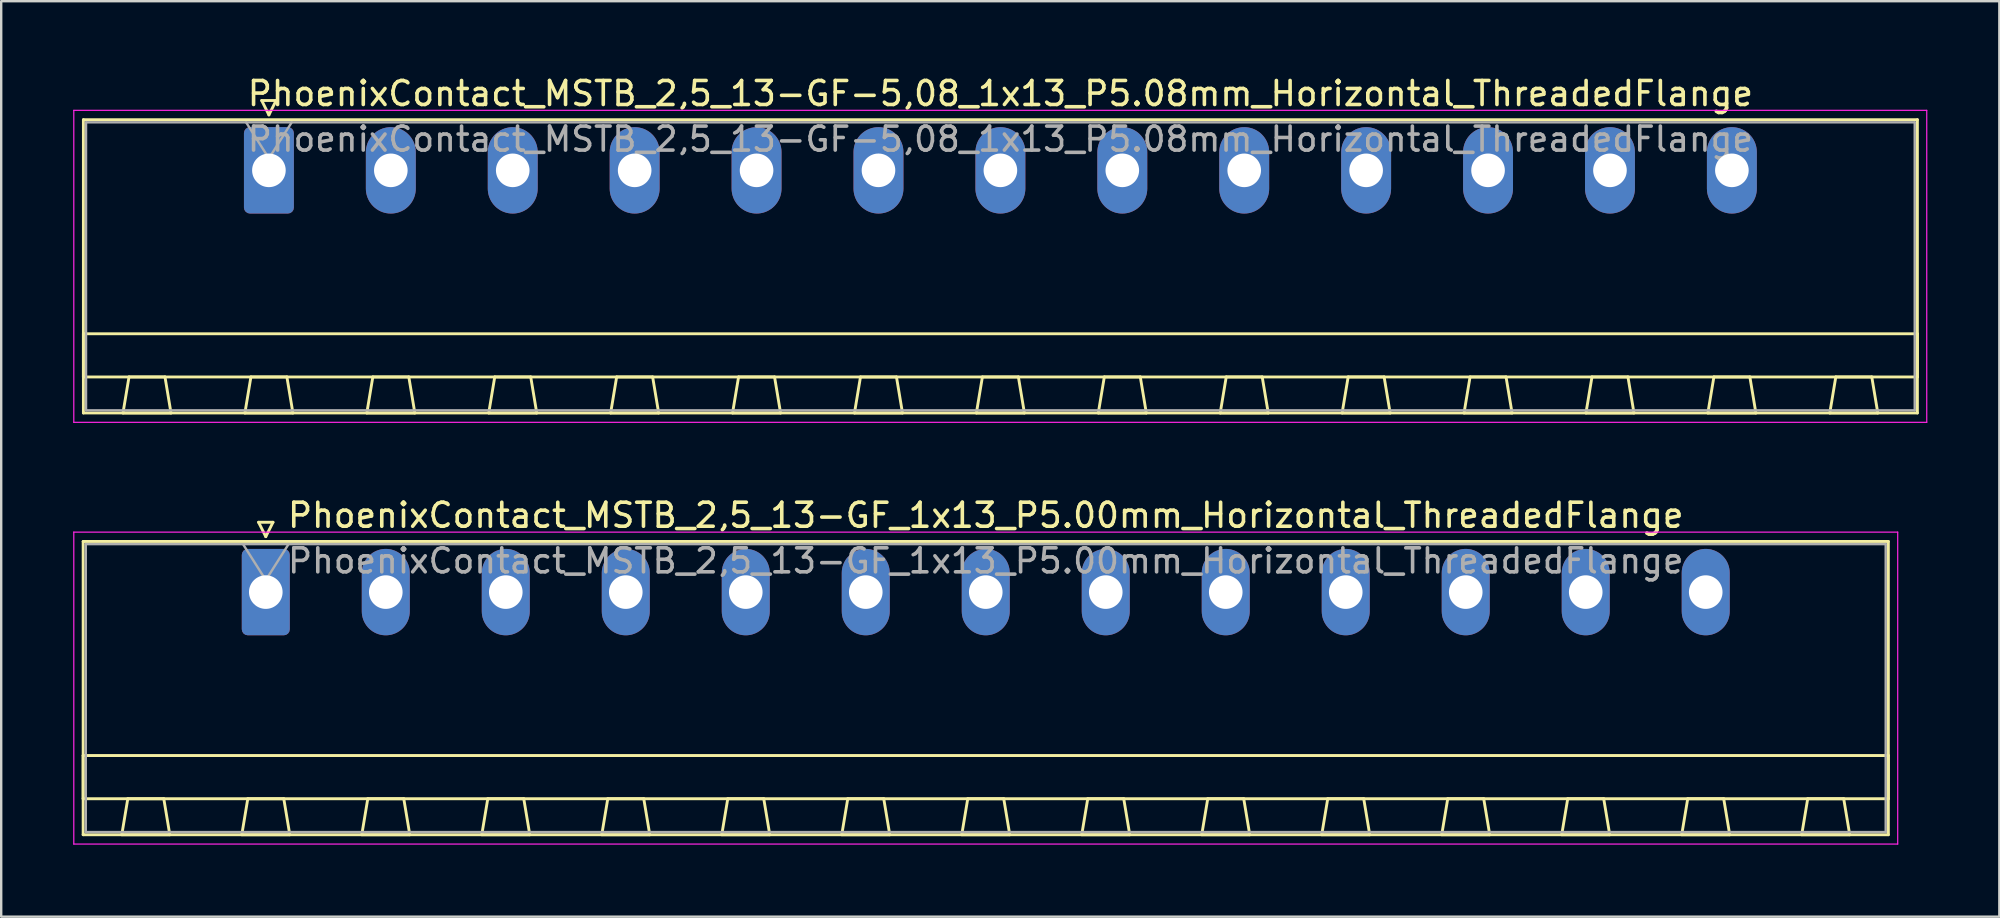
<source format=kicad_pcb>
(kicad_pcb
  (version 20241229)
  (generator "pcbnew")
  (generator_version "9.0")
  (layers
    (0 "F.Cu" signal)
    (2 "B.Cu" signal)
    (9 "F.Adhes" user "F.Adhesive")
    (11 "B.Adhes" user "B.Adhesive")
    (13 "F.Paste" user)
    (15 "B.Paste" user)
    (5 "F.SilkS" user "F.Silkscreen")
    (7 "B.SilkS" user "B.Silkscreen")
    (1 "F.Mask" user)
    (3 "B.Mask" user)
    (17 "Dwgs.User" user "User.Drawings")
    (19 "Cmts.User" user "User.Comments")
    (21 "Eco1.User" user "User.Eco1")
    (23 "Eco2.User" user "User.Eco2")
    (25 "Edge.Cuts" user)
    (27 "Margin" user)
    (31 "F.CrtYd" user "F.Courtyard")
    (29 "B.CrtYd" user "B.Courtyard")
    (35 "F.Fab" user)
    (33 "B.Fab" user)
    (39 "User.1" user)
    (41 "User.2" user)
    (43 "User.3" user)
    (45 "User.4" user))
  (footprint "PhoenixContact_MSTB_2,5_13-GF-5,08_1x13_P5.08mm_Horizontal_ThreadedFlange"
    (layer "F.Cu")
    (at 8.155 4.048)
    (property "Reference" "PhoenixContact_MSTB_2,5_13-GF-5,08_1x13_P5.08mm_Horizontal_ThreadedFlange" (at 30.48 -3.2 0) (layer "F.SilkS") (effects (font (size 1 1) (thickness 0.15))))
    (attr through_hole)
    (fp_line (start -7.73 -2.11) (end -7.73 10.11) (stroke (width 0.12) (type solid)) (layer "F.SilkS"))
    (fp_line (start -7.73 6.81) (end 68.69 6.81) (stroke (width 0.12) (type solid)) (layer "F.SilkS"))
    (fp_line (start -7.73 8.61) (end -7.73 6.81) (stroke (width 0.12) (type solid)) (layer "F.SilkS"))
    (fp_line (start -7.73 10.11) (end 68.69 10.11) (stroke (width 0.12) (type solid)) (layer "F.SilkS"))
    (fp_line (start -6.08 10.11) (end -4.08 10.11) (stroke (width 0.12) (type solid)) (layer "F.SilkS"))
    (fp_line (start -5.83 8.61) (end -6.08 10.11) (stroke (width 0.12) (type solid)) (layer "F.SilkS"))
    (fp_line (start -4.33 8.61) (end -5.83 8.61) (stroke (width 0.12) (type solid)) (layer "F.SilkS"))
    (fp_line (start -4.08 10.11) (end -4.33 8.61) (stroke (width 0.12) (type solid)) (layer "F.SilkS"))
    (fp_line (start -1 10.11) (end 1 10.11) (stroke (width 0.12) (type solid)) (layer "F.SilkS"))
    (fp_line (start -0.75 8.61) (end -1 10.11) (stroke (width 0.12) (type solid)) (layer "F.SilkS"))
    (fp_line (start -0.3 -2.91) (end 0.3 -2.91) (stroke (width 0.12) (type solid)) (layer "F.SilkS"))
    (fp_line (start 0 -2.31) (end -0.3 -2.91) (stroke (width 0.12) (type solid)) (layer "F.SilkS"))
    (fp_line (start 0.3 -2.91) (end 0 -2.31) (stroke (width 0.12) (type solid)) (layer "F.SilkS"))
    (fp_line (start 0.75 8.61) (end -0.75 8.61) (stroke (width 0.12) (type solid)) (layer "F.SilkS"))
    (fp_line (start 1 10.11) (end 0.75 8.61) (stroke (width 0.12) (type solid)) (layer "F.SilkS"))
    (fp_line (start 4.08 10.11) (end 6.08 10.11) (stroke (width 0.12) (type solid)) (layer "F.SilkS"))
    (fp_line (start 4.33 8.61) (end 4.08 10.11) (stroke (width 0.12) (type solid)) (layer "F.SilkS"))
    (fp_line (start 5.83 8.61) (end 4.33 8.61) (stroke (width 0.12) (type solid)) (layer "F.SilkS"))
    (fp_line (start 6.08 10.11) (end 5.83 8.61) (stroke (width 0.12) (type solid)) (layer "F.SilkS"))
    (fp_line (start 9.16 10.11) (end 11.16 10.11) (stroke (width 0.12) (type solid)) (layer "F.SilkS"))
    (fp_line (start 9.41 8.61) (end 9.16 10.11) (stroke (width 0.12) (type solid)) (layer "F.SilkS"))
    (fp_line (start 10.91 8.61) (end 9.41 8.61) (stroke (width 0.12) (type solid)) (layer "F.SilkS"))
    (fp_line (start 11.16 10.11) (end 10.91 8.61) (stroke (width 0.12) (type solid)) (layer "F.SilkS"))
    (fp_line (start 14.24 10.11) (end 16.24 10.11) (stroke (width 0.12) (type solid)) (layer "F.SilkS"))
    (fp_line (start 14.49 8.61) (end 14.24 10.11) (stroke (width 0.12) (type solid)) (layer "F.SilkS"))
    (fp_line (start 15.99 8.61) (end 14.49 8.61) (stroke (width 0.12) (type solid)) (layer "F.SilkS"))
    (fp_line (start 16.24 10.11) (end 15.99 8.61) (stroke (width 0.12) (type solid)) (layer "F.SilkS"))
    (fp_line (start 19.32 10.11) (end 21.32 10.11) (stroke (width 0.12) (type solid)) (layer "F.SilkS"))
    (fp_line (start 19.57 8.61) (end 19.32 10.11) (stroke (width 0.12) (type solid)) (layer "F.SilkS"))
    (fp_line (start 21.07 8.61) (end 19.57 8.61) (stroke (width 0.12) (type solid)) (layer "F.SilkS"))
    (fp_line (start 21.32 10.11) (end 21.07 8.61) (stroke (width 0.12) (type solid)) (layer "F.SilkS"))
    (fp_line (start 24.4 10.11) (end 26.4 10.11) (stroke (width 0.12) (type solid)) (layer "F.SilkS"))
    (fp_line (start 24.65 8.61) (end 24.4 10.11) (stroke (width 0.12) (type solid)) (layer "F.SilkS"))
    (fp_line (start 26.15 8.61) (end 24.65 8.61) (stroke (width 0.12) (type solid)) (layer "F.SilkS"))
    (fp_line (start 26.4 10.11) (end 26.15 8.61) (stroke (width 0.12) (type solid)) (layer "F.SilkS"))
    (fp_line (start 29.48 10.11) (end 31.48 10.11) (stroke (width 0.12) (type solid)) (layer "F.SilkS"))
    (fp_line (start 29.73 8.61) (end 29.48 10.11) (stroke (width 0.12) (type solid)) (layer "F.SilkS"))
    (fp_line (start 31.23 8.61) (end 29.73 8.61) (stroke (width 0.12) (type solid)) (layer "F.SilkS"))
    (fp_line (start 31.48 10.11) (end 31.23 8.61) (stroke (width 0.12) (type solid)) (layer "F.SilkS"))
    (fp_line (start 34.56 10.11) (end 36.56 10.11) (stroke (width 0.12) (type solid)) (layer "F.SilkS"))
    (fp_line (start 34.81 8.61) (end 34.56 10.11) (stroke (width 0.12) (type solid)) (layer "F.SilkS"))
    (fp_line (start 36.31 8.61) (end 34.81 8.61) (stroke (width 0.12) (type solid)) (layer "F.SilkS"))
    (fp_line (start 36.56 10.11) (end 36.31 8.61) (stroke (width 0.12) (type solid)) (layer "F.SilkS"))
    (fp_line (start 39.64 10.11) (end 41.64 10.11) (stroke (width 0.12) (type solid)) (layer "F.SilkS"))
    (fp_line (start 39.89 8.61) (end 39.64 10.11) (stroke (width 0.12) (type solid)) (layer "F.SilkS"))
    (fp_line (start 41.39 8.61) (end 39.89 8.61) (stroke (width 0.12) (type solid)) (layer "F.SilkS"))
    (fp_line (start 41.64 10.11) (end 41.39 8.61) (stroke (width 0.12) (type solid)) (layer "F.SilkS"))
    (fp_line (start 44.72 10.11) (end 46.72 10.11) (stroke (width 0.12) (type solid)) (layer "F.SilkS"))
    (fp_line (start 44.97 8.61) (end 44.72 10.11) (stroke (width 0.12) (type solid)) (layer "F.SilkS"))
    (fp_line (start 46.47 8.61) (end 44.97 8.61) (stroke (width 0.12) (type solid)) (layer "F.SilkS"))
    (fp_line (start 46.72 10.11) (end 46.47 8.61) (stroke (width 0.12) (type solid)) (layer "F.SilkS"))
    (fp_line (start 49.8 10.11) (end 51.8 10.11) (stroke (width 0.12) (type solid)) (layer "F.SilkS"))
    (fp_line (start 50.05 8.61) (end 49.8 10.11) (stroke (width 0.12) (type solid)) (layer "F.SilkS"))
    (fp_line (start 51.55 8.61) (end 50.05 8.61) (stroke (width 0.12) (type solid)) (layer "F.SilkS"))
    (fp_line (start 51.8 10.11) (end 51.55 8.61) (stroke (width 0.12) (type solid)) (layer "F.SilkS"))
    (fp_line (start 54.88 10.11) (end 56.88 10.11) (stroke (width 0.12) (type solid)) (layer "F.SilkS"))
    (fp_line (start 55.13 8.61) (end 54.88 10.11) (stroke (width 0.12) (type solid)) (layer "F.SilkS"))
    (fp_line (start 56.63 8.61) (end 55.13 8.61) (stroke (width 0.12) (type solid)) (layer "F.SilkS"))
    (fp_line (start 56.88 10.11) (end 56.63 8.61) (stroke (width 0.12) (type solid)) (layer "F.SilkS"))
    (fp_line (start 59.96 10.11) (end 61.96 10.11) (stroke (width 0.12) (type solid)) (layer "F.SilkS"))
    (fp_line (start 60.21 8.61) (end 59.96 10.11) (stroke (width 0.12) (type solid)) (layer "F.SilkS"))
    (fp_line (start 61.71 8.61) (end 60.21 8.61) (stroke (width 0.12) (type solid)) (layer "F.SilkS"))
    (fp_line (start 61.96 10.11) (end 61.71 8.61) (stroke (width 0.12) (type solid)) (layer "F.SilkS"))
    (fp_line (start 65.04 10.11) (end 67.04 10.11) (stroke (width 0.12) (type solid)) (layer "F.SilkS"))
    (fp_line (start 65.29 8.61) (end 65.04 10.11) (stroke (width 0.12) (type solid)) (layer "F.SilkS"))
    (fp_line (start 66.79 8.61) (end 65.29 8.61) (stroke (width 0.12) (type solid)) (layer "F.SilkS"))
    (fp_line (start 67.04 10.11) (end 66.79 8.61) (stroke (width 0.12) (type solid)) (layer "F.SilkS"))
    (fp_line (start 68.69 -2.11) (end -7.73 -2.11) (stroke (width 0.12) (type solid)) (layer "F.SilkS"))
    (fp_line (start 68.69 6.81) (end 68.69 8.61) (stroke (width 0.12) (type solid)) (layer "F.SilkS"))
    (fp_line (start 68.69 8.61) (end -7.73 8.61) (stroke (width 0.12) (type solid)) (layer "F.SilkS"))
    (fp_line (start 68.69 10.11) (end 68.69 -2.11) (stroke (width 0.12) (type solid)) (layer "F.SilkS"))
    (fp_line (start -8.13 -2.5) (end -8.13 10.5) (stroke (width 0.05) (type solid)) (layer "F.CrtYd"))
    (fp_line (start -8.13 10.5) (end 69.08 10.5) (stroke (width 0.05) (type solid)) (layer "F.CrtYd"))
    (fp_line (start 69.08 -2.5) (end -8.13 -2.5) (stroke (width 0.05) (type solid)) (layer "F.CrtYd"))
    (fp_line (start 69.08 10.5) (end 69.08 -2.5) (stroke (width 0.05) (type solid)) (layer "F.CrtYd"))
    (fp_line (start -7.62 -2) (end -7.62 10) (stroke (width 0.1) (type solid)) (layer "F.Fab"))
    (fp_line (start -7.62 10) (end 68.58 10) (stroke (width 0.1) (type solid)) (layer "F.Fab"))
    (fp_line (start 0 -0.5) (end -0.95 -2) (stroke (width 0.1) (type solid)) (layer "F.Fab"))
    (fp_line (start 0.95 -2) (end 0 -0.5) (stroke (width 0.1) (type solid)) (layer "F.Fab"))
    (fp_line (start 68.58 -2) (end -7.62 -2) (stroke (width 0.1) (type solid)) (layer "F.Fab"))
    (fp_line (start 68.58 10) (end 68.58 -2) (stroke (width 0.1) (type solid)) (layer "F.Fab"))
    (fp_text user "${REFERENCE}" (at 30.48 -1.3 0) (layer "F.Fab") (effects (font (size 1 1) (thickness 0.15))))
    (pad "1" thru_hole roundrect (at 0 0) (size 2.08 3.6) (drill 1.4) (layers "*.Cu" "*.Mask") (roundrect_rratio 0.12))
    (pad "2" thru_hole oval (at 5.08 0) (size 2.08 3.6) (drill 1.4) (layers "*.Cu" "*.Mask"))
    (pad "3" thru_hole oval (at 10.16 0) (size 2.08 3.6) (drill 1.4) (layers "*.Cu" "*.Mask"))
    (pad "4" thru_hole oval (at 15.24 0) (size 2.08 3.6) (drill 1.4) (layers "*.Cu" "*.Mask"))
    (pad "5" thru_hole oval (at 20.32 0) (size 2.08 3.6) (drill 1.4) (layers "*.Cu" "*.Mask"))
    (pad "6" thru_hole oval (at 25.4 0) (size 2.08 3.6) (drill 1.4) (layers "*.Cu" "*.Mask"))
    (pad "7" thru_hole oval (at 30.48 0) (size 2.08 3.6) (drill 1.4) (layers "*.Cu" "*.Mask"))
    (pad "8" thru_hole oval (at 35.56 0) (size 2.08 3.6) (drill 1.4) (layers "*.Cu" "*.Mask"))
    (pad "9" thru_hole oval (at 40.64 0) (size 2.08 3.6) (drill 1.4) (layers "*.Cu" "*.Mask"))
    (pad "10" thru_hole oval (at 45.72 0) (size 2.08 3.6) (drill 1.4) (layers "*.Cu" "*.Mask"))
    (pad "11" thru_hole oval (at 50.8 0) (size 2.08 3.6) (drill 1.4) (layers "*.Cu" "*.Mask"))
    (pad "12" thru_hole oval (at 55.88 0) (size 2.08 3.6) (drill 1.4) (layers "*.Cu" "*.Mask"))
    (pad "13" thru_hole oval (at 60.96 0) (size 2.08 3.6) (drill 1.4) (layers "*.Cu" "*.Mask")))
  (footprint "PhoenixContact_MSTB_2,5_13-GF_1x13_P5.00mm_Horizontal_ThreadedFlange"
    (layer "F.Cu")
    (at 8.025 21.622)
    (property "Reference" "PhoenixContact_MSTB_2,5_13-GF_1x13_P5.00mm_Horizontal_ThreadedFlange" (at 30 -3.2 0) (layer "F.SilkS") (effects (font (size 1 1) (thickness 0.15))))
    (attr through_hole)
    (fp_line (start -7.61 -2.11) (end -7.61 10.11) (stroke (width 0.12) (type solid)) (layer "F.SilkS"))
    (fp_line (start -7.61 6.81) (end 67.61 6.81) (stroke (width 0.12) (type solid)) (layer "F.SilkS"))
    (fp_line (start -7.61 8.61) (end -7.61 6.81) (stroke (width 0.12) (type solid)) (layer "F.SilkS"))
    (fp_line (start -7.61 10.11) (end 67.61 10.11) (stroke (width 0.12) (type solid)) (layer "F.SilkS"))
    (fp_line (start -6 10.11) (end -4 10.11) (stroke (width 0.12) (type solid)) (layer "F.SilkS"))
    (fp_line (start -5.75 8.61) (end -6 10.11) (stroke (width 0.12) (type solid)) (layer "F.SilkS"))
    (fp_line (start -4.25 8.61) (end -5.75 8.61) (stroke (width 0.12) (type solid)) (layer "F.SilkS"))
    (fp_line (start -4 10.11) (end -4.25 8.61) (stroke (width 0.12) (type solid)) (layer "F.SilkS"))
    (fp_line (start -1 10.11) (end 1 10.11) (stroke (width 0.12) (type solid)) (layer "F.SilkS"))
    (fp_line (start -0.75 8.61) (end -1 10.11) (stroke (width 0.12) (type solid)) (layer "F.SilkS"))
    (fp_line (start -0.3 -2.91) (end 0.3 -2.91) (stroke (width 0.12) (type solid)) (layer "F.SilkS"))
    (fp_line (start 0 -2.31) (end -0.3 -2.91) (stroke (width 0.12) (type solid)) (layer "F.SilkS"))
    (fp_line (start 0.3 -2.91) (end 0 -2.31) (stroke (width 0.12) (type solid)) (layer "F.SilkS"))
    (fp_line (start 0.75 8.61) (end -0.75 8.61) (stroke (width 0.12) (type solid)) (layer "F.SilkS"))
    (fp_line (start 1 10.11) (end 0.75 8.61) (stroke (width 0.12) (type solid)) (layer "F.SilkS"))
    (fp_line (start 4 10.11) (end 6 10.11) (stroke (width 0.12) (type solid)) (layer "F.SilkS"))
    (fp_line (start 4.25 8.61) (end 4 10.11) (stroke (width 0.12) (type solid)) (layer "F.SilkS"))
    (fp_line (start 5.75 8.61) (end 4.25 8.61) (stroke (width 0.12) (type solid)) (layer "F.SilkS"))
    (fp_line (start 6 10.11) (end 5.75 8.61) (stroke (width 0.12) (type solid)) (layer "F.SilkS"))
    (fp_line (start 9 10.11) (end 11 10.11) (stroke (width 0.12) (type solid)) (layer "F.SilkS"))
    (fp_line (start 9.25 8.61) (end 9 10.11) (stroke (width 0.12) (type solid)) (layer "F.SilkS"))
    (fp_line (start 10.75 8.61) (end 9.25 8.61) (stroke (width 0.12) (type solid)) (layer "F.SilkS"))
    (fp_line (start 11 10.11) (end 10.75 8.61) (stroke (width 0.12) (type solid)) (layer "F.SilkS"))
    (fp_line (start 14 10.11) (end 16 10.11) (stroke (width 0.12) (type solid)) (layer "F.SilkS"))
    (fp_line (start 14.25 8.61) (end 14 10.11) (stroke (width 0.12) (type solid)) (layer "F.SilkS"))
    (fp_line (start 15.75 8.61) (end 14.25 8.61) (stroke (width 0.12) (type solid)) (layer "F.SilkS"))
    (fp_line (start 16 10.11) (end 15.75 8.61) (stroke (width 0.12) (type solid)) (layer "F.SilkS"))
    (fp_line (start 19 10.11) (end 21 10.11) (stroke (width 0.12) (type solid)) (layer "F.SilkS"))
    (fp_line (start 19.25 8.61) (end 19 10.11) (stroke (width 0.12) (type solid)) (layer "F.SilkS"))
    (fp_line (start 20.75 8.61) (end 19.25 8.61) (stroke (width 0.12) (type solid)) (layer "F.SilkS"))
    (fp_line (start 21 10.11) (end 20.75 8.61) (stroke (width 0.12) (type solid)) (layer "F.SilkS"))
    (fp_line (start 24 10.11) (end 26 10.11) (stroke (width 0.12) (type solid)) (layer "F.SilkS"))
    (fp_line (start 24.25 8.61) (end 24 10.11) (stroke (width 0.12) (type solid)) (layer "F.SilkS"))
    (fp_line (start 25.75 8.61) (end 24.25 8.61) (stroke (width 0.12) (type solid)) (layer "F.SilkS"))
    (fp_line (start 26 10.11) (end 25.75 8.61) (stroke (width 0.12) (type solid)) (layer "F.SilkS"))
    (fp_line (start 29 10.11) (end 31 10.11) (stroke (width 0.12) (type solid)) (layer "F.SilkS"))
    (fp_line (start 29.25 8.61) (end 29 10.11) (stroke (width 0.12) (type solid)) (layer "F.SilkS"))
    (fp_line (start 30.75 8.61) (end 29.25 8.61) (stroke (width 0.12) (type solid)) (layer "F.SilkS"))
    (fp_line (start 31 10.11) (end 30.75 8.61) (stroke (width 0.12) (type solid)) (layer "F.SilkS"))
    (fp_line (start 34 10.11) (end 36 10.11) (stroke (width 0.12) (type solid)) (layer "F.SilkS"))
    (fp_line (start 34.25 8.61) (end 34 10.11) (stroke (width 0.12) (type solid)) (layer "F.SilkS"))
    (fp_line (start 35.75 8.61) (end 34.25 8.61) (stroke (width 0.12) (type solid)) (layer "F.SilkS"))
    (fp_line (start 36 10.11) (end 35.75 8.61) (stroke (width 0.12) (type solid)) (layer "F.SilkS"))
    (fp_line (start 39 10.11) (end 41 10.11) (stroke (width 0.12) (type solid)) (layer "F.SilkS"))
    (fp_line (start 39.25 8.61) (end 39 10.11) (stroke (width 0.12) (type solid)) (layer "F.SilkS"))
    (fp_line (start 40.75 8.61) (end 39.25 8.61) (stroke (width 0.12) (type solid)) (layer "F.SilkS"))
    (fp_line (start 41 10.11) (end 40.75 8.61) (stroke (width 0.12) (type solid)) (layer "F.SilkS"))
    (fp_line (start 44 10.11) (end 46 10.11) (stroke (width 0.12) (type solid)) (layer "F.SilkS"))
    (fp_line (start 44.25 8.61) (end 44 10.11) (stroke (width 0.12) (type solid)) (layer "F.SilkS"))
    (fp_line (start 45.75 8.61) (end 44.25 8.61) (stroke (width 0.12) (type solid)) (layer "F.SilkS"))
    (fp_line (start 46 10.11) (end 45.75 8.61) (stroke (width 0.12) (type solid)) (layer "F.SilkS"))
    (fp_line (start 49 10.11) (end 51 10.11) (stroke (width 0.12) (type solid)) (layer "F.SilkS"))
    (fp_line (start 49.25 8.61) (end 49 10.11) (stroke (width 0.12) (type solid)) (layer "F.SilkS"))
    (fp_line (start 50.75 8.61) (end 49.25 8.61) (stroke (width 0.12) (type solid)) (layer "F.SilkS"))
    (fp_line (start 51 10.11) (end 50.75 8.61) (stroke (width 0.12) (type solid)) (layer "F.SilkS"))
    (fp_line (start 54 10.11) (end 56 10.11) (stroke (width 0.12) (type solid)) (layer "F.SilkS"))
    (fp_line (start 54.25 8.61) (end 54 10.11) (stroke (width 0.12) (type solid)) (layer "F.SilkS"))
    (fp_line (start 55.75 8.61) (end 54.25 8.61) (stroke (width 0.12) (type solid)) (layer "F.SilkS"))
    (fp_line (start 56 10.11) (end 55.75 8.61) (stroke (width 0.12) (type solid)) (layer "F.SilkS"))
    (fp_line (start 59 10.11) (end 61 10.11) (stroke (width 0.12) (type solid)) (layer "F.SilkS"))
    (fp_line (start 59.25 8.61) (end 59 10.11) (stroke (width 0.12) (type solid)) (layer "F.SilkS"))
    (fp_line (start 60.75 8.61) (end 59.25 8.61) (stroke (width 0.12) (type solid)) (layer "F.SilkS"))
    (fp_line (start 61 10.11) (end 60.75 8.61) (stroke (width 0.12) (type solid)) (layer "F.SilkS"))
    (fp_line (start 64 10.11) (end 66 10.11) (stroke (width 0.12) (type solid)) (layer "F.SilkS"))
    (fp_line (start 64.25 8.61) (end 64 10.11) (stroke (width 0.12) (type solid)) (layer "F.SilkS"))
    (fp_line (start 65.75 8.61) (end 64.25 8.61) (stroke (width 0.12) (type solid)) (layer "F.SilkS"))
    (fp_line (start 66 10.11) (end 65.75 8.61) (stroke (width 0.12) (type solid)) (layer "F.SilkS"))
    (fp_line (start 67.61 -2.11) (end -7.61 -2.11) (stroke (width 0.12) (type solid)) (layer "F.SilkS"))
    (fp_line (start 67.61 6.81) (end 67.61 8.61) (stroke (width 0.12) (type solid)) (layer "F.SilkS"))
    (fp_line (start 67.61 8.61) (end -7.61 8.61) (stroke (width 0.12) (type solid)) (layer "F.SilkS"))
    (fp_line (start 67.61 10.11) (end 67.61 -2.11) (stroke (width 0.12) (type solid)) (layer "F.SilkS"))
    (fp_line (start -8 -2.5) (end -8 10.5) (stroke (width 0.05) (type solid)) (layer "F.CrtYd"))
    (fp_line (start -8 10.5) (end 68 10.5) (stroke (width 0.05) (type solid)) (layer "F.CrtYd"))
    (fp_line (start 68 -2.5) (end -8 -2.5) (stroke (width 0.05) (type solid)) (layer "F.CrtYd"))
    (fp_line (start 68 10.5) (end 68 -2.5) (stroke (width 0.05) (type solid)) (layer "F.CrtYd"))
    (fp_line (start -7.5 -2) (end -7.5 10) (stroke (width 0.1) (type solid)) (layer "F.Fab"))
    (fp_line (start -7.5 10) (end 67.5 10) (stroke (width 0.1) (type solid)) (layer "F.Fab"))
    (fp_line (start 0 -0.5) (end -0.95 -2) (stroke (width 0.1) (type solid)) (layer "F.Fab"))
    (fp_line (start 0.95 -2) (end 0 -0.5) (stroke (width 0.1) (type solid)) (layer "F.Fab"))
    (fp_line (start 67.5 -2) (end -7.5 -2) (stroke (width 0.1) (type solid)) (layer "F.Fab"))
    (fp_line (start 67.5 10) (end 67.5 -2) (stroke (width 0.1) (type solid)) (layer "F.Fab"))
    (fp_text user "${REFERENCE}" (at 30 -1.3 0) (layer "F.Fab") (effects (font (size 1 1) (thickness 0.15))))
    (pad "1" thru_hole roundrect (at 0 0) (size 2 3.6) (drill 1.4) (layers "*.Cu" "*.Mask") (roundrect_rratio 0.125))
    (pad "2" thru_hole oval (at 5 0) (size 2 3.6) (drill 1.4) (layers "*.Cu" "*.Mask"))
    (pad "3" thru_hole oval (at 10 0) (size 2 3.6) (drill 1.4) (layers "*.Cu" "*.Mask"))
    (pad "4" thru_hole oval (at 15 0) (size 2 3.6) (drill 1.4) (layers "*.Cu" "*.Mask"))
    (pad "5" thru_hole oval (at 20 0) (size 2 3.6) (drill 1.4) (layers "*.Cu" "*.Mask"))
    (pad "6" thru_hole oval (at 25 0) (size 2 3.6) (drill 1.4) (layers "*.Cu" "*.Mask"))
    (pad "7" thru_hole oval (at 30 0) (size 2 3.6) (drill 1.4) (layers "*.Cu" "*.Mask"))
    (pad "8" thru_hole oval (at 35 0) (size 2 3.6) (drill 1.4) (layers "*.Cu" "*.Mask"))
    (pad "9" thru_hole oval (at 40 0) (size 2 3.6) (drill 1.4) (layers "*.Cu" "*.Mask"))
    (pad "10" thru_hole oval (at 45 0) (size 2 3.6) (drill 1.4) (layers "*.Cu" "*.Mask"))
    (pad "11" thru_hole oval (at 50 0) (size 2 3.6) (drill 1.4) (layers "*.Cu" "*.Mask"))
    (pad "12" thru_hole oval (at 55 0) (size 2 3.6) (drill 1.4) (layers "*.Cu" "*.Mask"))
    (pad "13" thru_hole oval (at 60 0) (size 2 3.6) (drill 1.4) (layers "*.Cu" "*.Mask")))
  (gr_rect
    (start -3 -3)
    (end 80.26 35.147)
    (stroke (width 0.1) (type default))
    (fill no)
    (layer "Edge.Cuts")))
</source>
